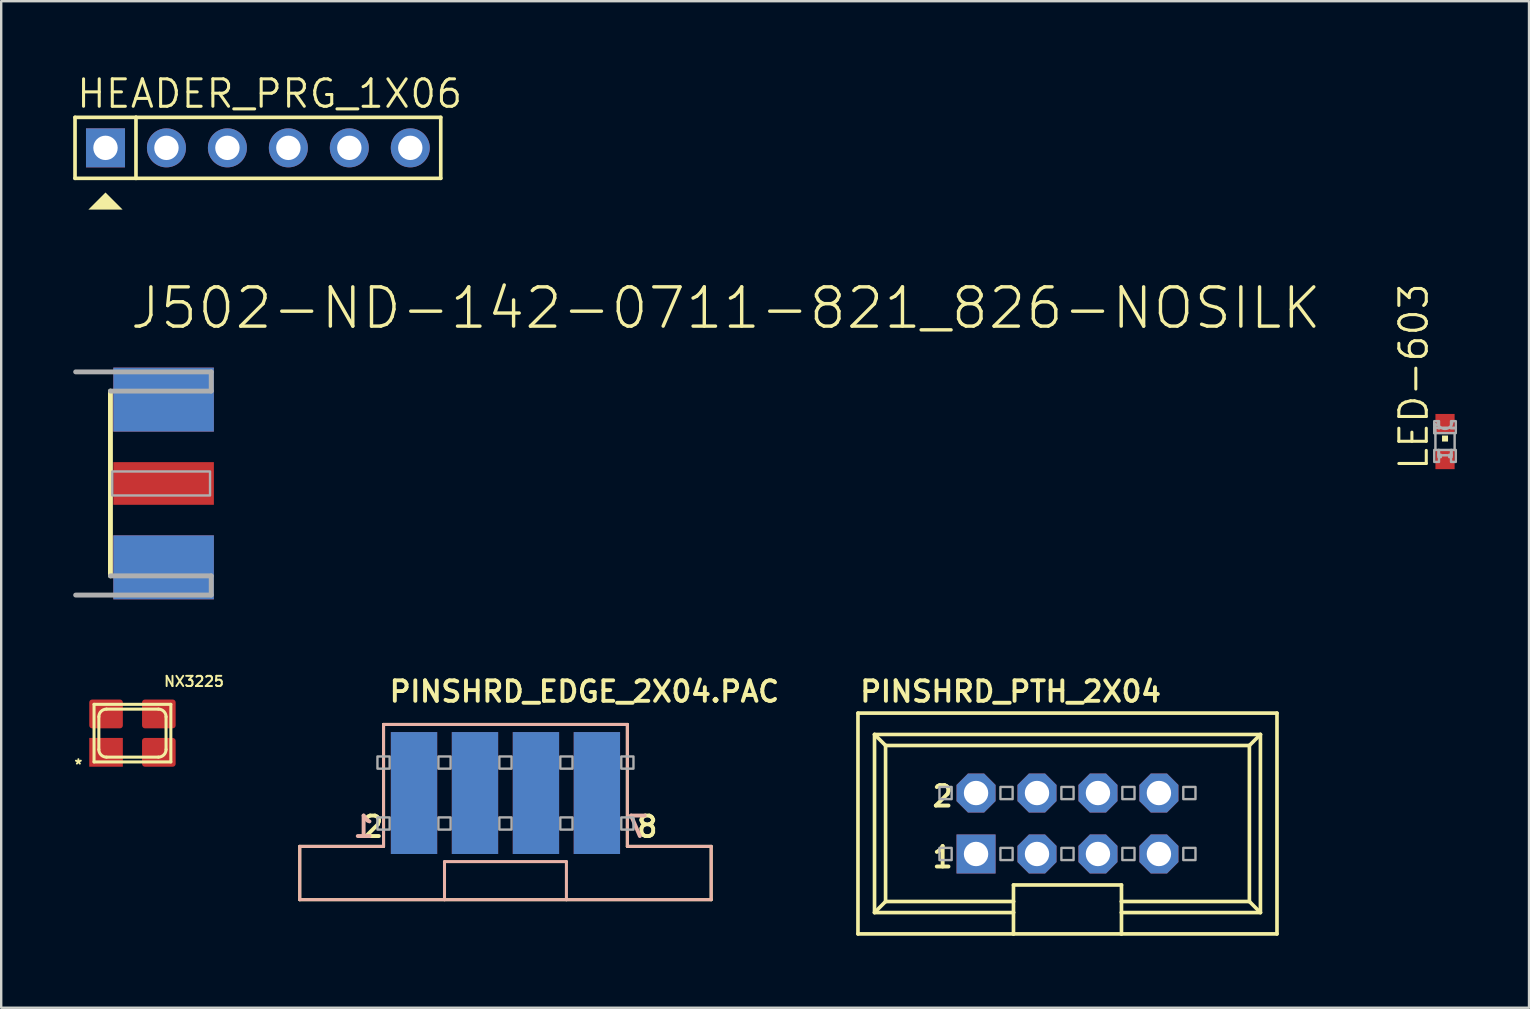
<source format=kicad_pcb>
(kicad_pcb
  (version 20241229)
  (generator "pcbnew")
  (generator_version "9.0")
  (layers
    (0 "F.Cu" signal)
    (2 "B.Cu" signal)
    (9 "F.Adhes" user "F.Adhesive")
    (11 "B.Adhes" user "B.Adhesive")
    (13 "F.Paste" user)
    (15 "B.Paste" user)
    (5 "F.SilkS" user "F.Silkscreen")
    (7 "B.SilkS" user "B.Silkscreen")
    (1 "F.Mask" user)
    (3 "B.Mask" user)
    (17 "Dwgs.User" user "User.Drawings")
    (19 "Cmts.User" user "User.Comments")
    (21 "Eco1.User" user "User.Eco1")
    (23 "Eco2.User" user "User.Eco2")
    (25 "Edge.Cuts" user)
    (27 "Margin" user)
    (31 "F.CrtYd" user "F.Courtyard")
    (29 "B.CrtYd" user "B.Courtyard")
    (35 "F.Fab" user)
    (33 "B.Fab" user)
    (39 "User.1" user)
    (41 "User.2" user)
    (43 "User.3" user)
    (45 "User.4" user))
  (footprint "PINSHRD_PTH_2X04"
    (layer "F.Cu")
    (at 41.431 31.265)
    (property "Reference" "PINSHRD_PTH_2X04" (at -8.73 -5 0) (layer "F.SilkS") (effects (font (size 0.853 0.853) (thickness 0.163)) (justify left bottom)))
    (fp_line (start -8.73 -4.6) (end 8.73 -4.6) (stroke (width 0.152) (type solid)) (layer "F.SilkS"))
    (fp_line (start -8.73 4.6) (end -8.73 -4.6) (stroke (width 0.152) (type solid)) (layer "F.SilkS"))
    (fp_line (start -8.04 -3.71) (end -7.58 -3.25) (stroke (width 0.152) (type solid)) (layer "F.SilkS"))
    (fp_line (start -8.04 -3.71) (end 8.04 -3.71) (stroke (width 0.152) (type solid)) (layer "F.SilkS"))
    (fp_line (start -8.04 3.71) (end -8.04 -3.71) (stroke (width 0.152) (type solid)) (layer "F.SilkS"))
    (fp_line (start -8.04 3.71) (end -2.25 3.71) (stroke (width 0.152) (type solid)) (layer "F.SilkS"))
    (fp_line (start -7.58 -3.25) (end -7.58 3.25) (stroke (width 0.152) (type solid)) (layer "F.SilkS"))
    (fp_line (start -7.58 -3.25) (end 7.58 -3.25) (stroke (width 0.152) (type solid)) (layer "F.SilkS"))
    (fp_line (start -7.58 3.25) (end -8.04 3.71) (stroke (width 0.152) (type solid)) (layer "F.SilkS"))
    (fp_line (start -7.58 3.25) (end -2.25 3.25) (stroke (width 0.152) (type solid)) (layer "F.SilkS"))
    (fp_line (start -2.25 2.56) (end 2.25 2.56) (stroke (width 0.152) (type solid)) (layer "F.SilkS"))
    (fp_line (start -2.25 3.25) (end -2.25 2.56) (stroke (width 0.152) (type solid)) (layer "F.SilkS"))
    (fp_line (start -2.25 3.71) (end -2.25 3.25) (stroke (width 0.152) (type solid)) (layer "F.SilkS"))
    (fp_line (start -2.25 4.6) (end -8.73 4.6) (stroke (width 0.152) (type solid)) (layer "F.SilkS"))
    (fp_line (start -2.25 4.6) (end -2.25 3.71) (stroke (width 0.152) (type solid)) (layer "F.SilkS"))
    (fp_line (start 2.25 2.56) (end 2.25 3.25) (stroke (width 0.152) (type solid)) (layer "F.SilkS"))
    (fp_line (start 2.25 3.25) (end 2.25 3.71) (stroke (width 0.152) (type solid)) (layer "F.SilkS"))
    (fp_line (start 2.25 3.71) (end 2.25 4.6) (stroke (width 0.152) (type solid)) (layer "F.SilkS"))
    (fp_line (start 2.25 4.6) (end -2.25 4.6) (stroke (width 0.152) (type solid)) (layer "F.SilkS"))
    (fp_line (start 7.58 -3.25) (end 7.58 3.25) (stroke (width 0.152) (type solid)) (layer "F.SilkS"))
    (fp_line (start 7.58 3.25) (end 2.25 3.25) (stroke (width 0.152) (type solid)) (layer "F.SilkS"))
    (fp_line (start 7.58 3.25) (end 8.04 3.71) (stroke (width 0.152) (type solid)) (layer "F.SilkS"))
    (fp_line (start 8.04 -3.71) (end 7.58 -3.25) (stroke (width 0.152) (type solid)) (layer "F.SilkS"))
    (fp_line (start 8.04 -3.71) (end 8.04 3.71) (stroke (width 0.152) (type solid)) (layer "F.SilkS"))
    (fp_line (start 8.04 3.71) (end 2.25 3.71) (stroke (width 0.152) (type solid)) (layer "F.SilkS"))
    (fp_line (start 8.73 -4.6) (end 8.73 4.6) (stroke (width 0.152) (type solid)) (layer "F.SilkS"))
    (fp_line (start 8.73 4.6) (end 2.25 4.6) (stroke (width 0.152) (type solid)) (layer "F.SilkS"))
    (fp_poly (pts (xy -5.334 -1.016) (xy -4.826 -1.016) (xy -4.826 -1.524) (xy -5.334 -1.524)) (stroke (width 0.1) (type default)) (fill no) (layer "F.Fab"))
    (fp_poly (pts (xy -5.334 1.524) (xy -4.826 1.524) (xy -4.826 1.016) (xy -5.334 1.016)) (stroke (width 0.1) (type default)) (fill no) (layer "F.Fab"))
    (fp_poly (pts (xy -2.794 -1.016) (xy -2.286 -1.016) (xy -2.286 -1.524) (xy -2.794 -1.524)) (stroke (width 0.1) (type default)) (fill no) (layer "F.Fab"))
    (fp_poly (pts (xy -2.794 1.524) (xy -2.286 1.524) (xy -2.286 1.016) (xy -2.794 1.016)) (stroke (width 0.1) (type default)) (fill no) (layer "F.Fab"))
    (fp_poly (pts (xy -0.254 -1.016) (xy 0.254 -1.016) (xy 0.254 -1.524) (xy -0.254 -1.524)) (stroke (width 0.1) (type default)) (fill no) (layer "F.Fab"))
    (fp_poly (pts (xy -0.254 1.524) (xy 0.254 1.524) (xy 0.254 1.016) (xy -0.254 1.016)) (stroke (width 0.1) (type default)) (fill no) (layer "F.Fab"))
    (fp_poly (pts (xy 2.286 -1.016) (xy 2.794 -1.016) (xy 2.794 -1.524) (xy 2.286 -1.524)) (stroke (width 0.1) (type default)) (fill no) (layer "F.Fab"))
    (fp_poly (pts (xy 2.286 1.524) (xy 2.794 1.524) (xy 2.794 1.016) (xy 2.286 1.016)) (stroke (width 0.1) (type default)) (fill no) (layer "F.Fab"))
    (fp_poly (pts (xy 4.826 -1.016) (xy 5.334 -1.016) (xy 5.334 -1.524) (xy 4.826 -1.524)) (stroke (width 0.1) (type default)) (fill no) (layer "F.Fab"))
    (fp_poly (pts (xy 4.826 1.524) (xy 5.334 1.524) (xy 5.334 1.016) (xy 4.826 1.016)) (stroke (width 0.1) (type default)) (fill no) (layer "F.Fab"))
    (fp_text user "1" (at -5.715 1.905 0) (layer "F.SilkS") (effects (font (size 0.853 0.853) (thickness 0.163)) (justify left bottom)))
    (fp_text user "2" (at -5.715 -0.635 0) (layer "F.SilkS") (effects (font (size 0.853 0.853) (thickness 0.163)) (justify left bottom)))
    (pad "1" thru_hole rect (at -3.81 1.27) (size 1.626 1.626) (drill 1.016) (layers "*.Cu" "*.Mask"))
    (pad "2" thru_hole roundrect (at -3.81 -1.27) (size 1.626 1.626) (drill 1.016) (layers "*.Cu" "*.Mask") (roundrect_rratio 0.25) (chamfer_ratio 0.293) (chamfer top_left top_right bottom_left bottom_right))
    (pad "3" thru_hole roundrect (at -1.27 1.27) (size 1.626 1.626) (drill 1.016) (layers "*.Cu" "*.Mask") (roundrect_rratio 0.25) (chamfer_ratio 0.293) (chamfer top_left top_right bottom_left bottom_right))
    (pad "4" thru_hole roundrect (at -1.27 -1.27) (size 1.626 1.626) (drill 1.016) (layers "*.Cu" "*.Mask") (roundrect_rratio 0.25) (chamfer_ratio 0.293) (chamfer top_left top_right bottom_left bottom_right))
    (pad "5" thru_hole roundrect (at 1.27 1.27) (size 1.626 1.626) (drill 1.016) (layers "*.Cu" "*.Mask") (roundrect_rratio 0.25) (chamfer_ratio 0.293) (chamfer top_left top_right bottom_left bottom_right))
    (pad "6" thru_hole roundrect (at 1.27 -1.27) (size 1.626 1.626) (drill 1.016) (layers "*.Cu" "*.Mask") (roundrect_rratio 0.25) (chamfer_ratio 0.293) (chamfer top_left top_right bottom_left bottom_right))
    (pad "7" thru_hole roundrect (at 3.81 1.27) (size 1.626 1.626) (drill 1.016) (layers "*.Cu" "*.Mask") (roundrect_rratio 0.25) (chamfer_ratio 0.293) (chamfer top_left top_right bottom_left bottom_right))
    (pad "8" thru_hole roundrect (at 3.81 -1.27) (size 1.626 1.626) (drill 1.016) (layers "*.Cu" "*.Mask") (roundrect_rratio 0.25) (chamfer_ratio 0.293) (chamfer top_left top_right bottom_left bottom_right)))
  (footprint "PINSHRD_EDGE_2X04.PAC"
    (layer "F.Cu")
    (at 18.012 29.995)
    (property "Reference" "PINSHRD_EDGE_2X04.PAC" (at -4.92 -3.73 0) (layer "F.SilkS") (effects (font (size 0.853 0.853) (thickness 0.163)) (justify left bottom)))
    (fp_line (start -8.572 2.223) (end -5.08 2.223) (stroke (width 0.127) (type solid)) (layer "F.SilkS"))
    (fp_line (start -8.572 4.445) (end -8.572 2.223) (stroke (width 0.127) (type solid)) (layer "F.SilkS"))
    (fp_line (start -5.08 -2.857) (end 5.08 -2.857) (stroke (width 0.127) (type solid)) (layer "F.SilkS"))
    (fp_line (start -5.08 2.223) (end -5.08 -2.857) (stroke (width 0.127) (type solid)) (layer "F.SilkS"))
    (fp_line (start 5.08 -2.857) (end 5.08 2.223) (stroke (width 0.127) (type solid)) (layer "F.SilkS"))
    (fp_line (start 5.08 2.223) (end 8.572 2.223) (stroke (width 0.127) (type solid)) (layer "F.SilkS"))
    (fp_line (start 8.572 2.223) (end 8.572 4.445) (stroke (width 0.127) (type solid)) (layer "F.SilkS"))
    (fp_line (start 8.572 4.445) (end -8.572 4.445) (stroke (width 0.127) (type solid)) (layer "F.SilkS"))
    (fp_line (start -8.572 2.223) (end -5.08 2.223) (stroke (width 0.127) (type solid)) (layer "B.SilkS"))
    (fp_line (start -8.572 4.445) (end -8.572 2.223) (stroke (width 0.127) (type solid)) (layer "B.SilkS"))
    (fp_line (start -5.08 -2.857) (end 5.08 -2.857) (stroke (width 0.127) (type solid)) (layer "B.SilkS"))
    (fp_line (start -5.08 2.223) (end -5.08 -2.857) (stroke (width 0.127) (type solid)) (layer "B.SilkS"))
    (fp_line (start -2.54 2.857) (end 2.54 2.857) (stroke (width 0.127) (type solid)) (layer "B.SilkS"))
    (fp_line (start -2.54 4.445) (end -8.572 4.445) (stroke (width 0.127) (type solid)) (layer "B.SilkS"))
    (fp_line (start -2.54 4.445) (end -2.54 2.857) (stroke (width 0.127) (type solid)) (layer "B.SilkS"))
    (fp_line (start 2.54 2.857) (end 2.54 4.445) (stroke (width 0.127) (type solid)) (layer "B.SilkS"))
    (fp_line (start 2.54 4.445) (end -2.54 4.445) (stroke (width 0.127) (type solid)) (layer "B.SilkS"))
    (fp_line (start 5.08 -2.857) (end 5.08 2.223) (stroke (width 0.127) (type solid)) (layer "B.SilkS"))
    (fp_line (start 5.08 2.223) (end 8.572 2.223) (stroke (width 0.127) (type solid)) (layer "B.SilkS"))
    (fp_line (start 8.572 2.223) (end 8.572 4.445) (stroke (width 0.127) (type solid)) (layer "B.SilkS"))
    (fp_line (start 8.572 4.445) (end 2.54 4.445) (stroke (width 0.127) (type solid)) (layer "B.SilkS"))
    (fp_poly (pts (xy -5.334 -1.016) (xy -4.826 -1.016) (xy -4.826 -1.524) (xy -5.334 -1.524)) (stroke (width 0.1) (type default)) (fill no) (layer "F.Fab"))
    (fp_poly (pts (xy -5.334 1.524) (xy -4.826 1.524) (xy -4.826 1.016) (xy -5.334 1.016)) (stroke (width 0.1) (type default)) (fill no) (layer "F.Fab"))
    (fp_poly (pts (xy -2.794 -1.016) (xy -2.286 -1.016) (xy -2.286 -1.524) (xy -2.794 -1.524)) (stroke (width 0.1) (type default)) (fill no) (layer "F.Fab"))
    (fp_poly (pts (xy -2.794 1.524) (xy -2.286 1.524) (xy -2.286 1.016) (xy -2.794 1.016)) (stroke (width 0.1) (type default)) (fill no) (layer "F.Fab"))
    (fp_poly (pts (xy -0.254 -1.016) (xy 0.254 -1.016) (xy 0.254 -1.524) (xy -0.254 -1.524)) (stroke (width 0.1) (type default)) (fill no) (layer "F.Fab"))
    (fp_poly (pts (xy -0.254 1.524) (xy 0.254 1.524) (xy 0.254 1.016) (xy -0.254 1.016)) (stroke (width 0.1) (type default)) (fill no) (layer "F.Fab"))
    (fp_poly (pts (xy 2.286 -1.016) (xy 2.794 -1.016) (xy 2.794 -1.524) (xy 2.286 -1.524)) (stroke (width 0.1) (type default)) (fill no) (layer "F.Fab"))
    (fp_poly (pts (xy 2.286 1.524) (xy 2.794 1.524) (xy 2.794 1.016) (xy 2.286 1.016)) (stroke (width 0.1) (type default)) (fill no) (layer "F.Fab"))
    (fp_poly (pts (xy 4.826 -1.016) (xy 5.334 -1.016) (xy 5.334 -1.524) (xy 4.826 -1.524)) (stroke (width 0.1) (type default)) (fill no) (layer "F.Fab"))
    (fp_poly (pts (xy 4.826 1.524) (xy 5.334 1.524) (xy 5.334 1.016) (xy 4.826 1.016)) (stroke (width 0.1) (type default)) (fill no) (layer "F.Fab"))
    (fp_text user "8" (at 5.397 1.905 0) (layer "F.SilkS") (effects (font (size 0.853 0.853) (thickness 0.163)) (justify left bottom)))
    (fp_text user "2" (at -6.032 1.905 0) (layer "F.SilkS") (effects (font (size 0.853 0.853) (thickness 0.163)) (justify left bottom)))
    (fp_text user "1" (at -5.397 1.905 0) (layer "B.SilkS") (effects (font (size 0.853 0.853) (thickness 0.163)) (justify left bottom mirror)))
    (fp_text user "7" (at 6.032 1.905 0) (layer "B.SilkS") (effects (font (size 0.853 0.853) (thickness 0.163)) (justify left bottom mirror)))
    (pad "1" smd rect (at -3.81 0 90) (size 5.08 1.93) (layers "B.Cu" "B.Mask"))
    (pad "2" smd rect (at -3.81 0 90) (size 5.08 1.93) (layers "F.Cu" "F.Mask"))
    (pad "3" smd rect (at -1.27 0 90) (size 5.08 1.93) (layers "B.Cu" "B.Mask"))
    (pad "4" smd rect (at -1.27 0 90) (size 5.08 1.93) (layers "F.Cu" "F.Mask"))
    (pad "5" smd rect (at 1.27 0 90) (size 5.08 1.93) (layers "B.Cu" "B.Mask"))
    (pad "6" smd rect (at 1.27 0 90) (size 5.08 1.93) (layers "F.Cu" "F.Mask"))
    (pad "7" smd rect (at 3.81 0 90) (size 5.08 1.93) (layers "B.Cu" "B.Mask"))
    (pad "8" smd rect (at 3.81 0 90) (size 5.08 1.93) (layers "F.Cu" "F.Mask")))
  (footprint "NX3225"
    (layer "F.Cu")
    (at 2.469 27.499)
    (property "Reference" "NX3225" (at 1.27 -1.905 0) (layer "F.SilkS") (effects (font (size 0.427 0.427) (thickness 0.081)) (justify left bottom)))
    (fp_line (start -1.6 -1.2) (end -1.6 1.2) (stroke (width 0.127) (type solid)) (layer "F.SilkS"))
    (fp_line (start -1.6 1.2) (end 1.6 1.2) (stroke (width 0.127) (type solid)) (layer "F.SilkS"))
    (fp_line (start -1.4 0.682) (end -1.4 -0.682) (stroke (width 0.127) (type solid)) (layer "F.SilkS"))
    (fp_line (start -1.083 -1) (end 1.083 -1) (stroke (width 0.127) (type solid)) (layer "F.SilkS"))
    (fp_line (start 1.083 1) (end -1.083 1) (stroke (width 0.127) (type solid)) (layer "F.SilkS"))
    (fp_line (start 1.4 -0.682) (end 1.4 0.682) (stroke (width 0.127) (type solid)) (layer "F.SilkS"))
    (fp_line (start 1.6 -1.2) (end -1.6 -1.2) (stroke (width 0.127) (type solid)) (layer "F.SilkS"))
    (fp_line (start 1.6 1.2) (end 1.6 -1.2) (stroke (width 0.127) (type solid)) (layer "F.SilkS"))
    (fp_arc (start -1.4 -0.6825) (mid -1.307006 -0.907006) (end -1.0825 -1) (stroke (width 0.127) (type solid)) (layer "F.SilkS"))
    (fp_arc (start -1.0825 1) (mid -1.307006 0.907006) (end -1.4 0.6825) (stroke (width 0.127) (type solid)) (layer "F.SilkS"))
    (fp_arc (start 1.0825 -1) (mid 1.307006 -0.907006) (end 1.4 -0.6825) (stroke (width 0.127) (type solid)) (layer "F.SilkS"))
    (fp_arc (start 1.4 0.6825) (mid 1.307006 0.907006) (end 1.0825 1) (stroke (width 0.127) (type solid)) (layer "F.SilkS"))
    (fp_text user "*" (at -2.469 1.57 0) (layer "F.SilkS") (effects (font (size 0.427 0.427) (thickness 0.081)) (justify left bottom)))
    (pad "1" smd rect (at -1.1 0.8 90) (size 1.2 1.4) (layers "F.Cu" "F.Mask" "F.Paste"))
    (pad "2" smd roundrect (at 1.1 0.8 90) (size 1.2 1.4) (layers "F.Cu" "F.Mask" "F.Paste") (roundrect_rratio 0.1))
    (pad "3" smd roundrect (at 1.1 -0.8 90) (size 1.2 1.4) (layers "F.Cu" "F.Mask" "F.Paste") (roundrect_rratio 0.1))
    (pad "4" smd roundrect (at -1.1 -0.8 90) (size 1.2 1.4) (layers "F.Cu" "F.Mask" "F.Paste") (roundrect_rratio 0.1)))
  (footprint "LED-603"
    (layer "F.Cu")
    (at 57.163 15.349)
    (property "Reference" "LED-603" (at -0.635 1.27 90) (layer "F.SilkS") (effects (font (size 1.143 1.143) (thickness 0.127)) (justify left bottom)))
    (fp_poly (pts (xy -0.125 0) (xy 0.125 0) (xy 0.125 -0.25) (xy -0.125 -0.25)) (stroke (width 0) (type default)) (fill yes) (layer "F.SilkS"))
    (fp_line (start -0.4 -0.375) (end -0.4 0.35) (stroke (width 0.102) (type solid)) (layer "F.Fab"))
    (fp_line (start 0.4 -0.35) (end 0.4 0.35) (stroke (width 0.102) (type solid)) (layer "F.Fab"))
    (fp_arc (start -0.275 0.825) (mid 0 0.55) (end 0.275 0.825) (stroke (width 0.0508) (type solid)) (layer "F.Fab"))
    (fp_arc (start 0.3 -0.799998) (mid -0.000001 -0.524966) (end -0.3 -0.8) (stroke (width 0.1016) (type solid)) (layer "F.Fab"))
    (fp_circle (center -0.35 -0.625) (end -0.275 -0.625) (stroke (width 0.051) (type solid)) (fill no) (layer "F.Fab"))
    (fp_poly (pts (xy -0.45 -0.7) (xy -0.25 -0.7) (xy -0.25 -0.85) (xy -0.45 -0.85)) (stroke (width 0.1) (type default)) (fill no) (layer "F.Fab"))
    (fp_poly (pts (xy -0.45 -0.35) (xy -0.4 -0.35) (xy -0.4 -0.725) (xy -0.45 -0.725)) (stroke (width 0.1) (type default)) (fill no) (layer "F.Fab"))
    (fp_poly (pts (xy -0.45 -0.35) (xy 0.45 -0.35) (xy 0.45 -0.575) (xy -0.45 -0.575)) (stroke (width 0.1) (type default)) (fill no) (layer "F.Fab"))
    (fp_poly (pts (xy -0.45 0.85) (xy -0.25 0.85) (xy -0.25 0.35) (xy -0.45 0.35)) (stroke (width 0.1) (type default)) (fill no) (layer "F.Fab"))
    (fp_poly (pts (xy -0.275 -0.55) (xy -0.225 -0.55) (xy -0.225 -0.6) (xy -0.275 -0.6)) (stroke (width 0.1) (type default)) (fill no) (layer "F.Fab"))
    (fp_poly (pts (xy -0.275 0.575) (xy 0.275 0.575) (xy 0.275 0.35) (xy -0.275 0.35)) (stroke (width 0.1) (type default)) (fill no) (layer "F.Fab"))
    (fp_poly (pts (xy -0.275 0.65) (xy -0.175 0.65) (xy -0.175 0.55) (xy -0.275 0.55)) (stroke (width 0.1) (type default)) (fill no) (layer "F.Fab"))
    (fp_poly (pts (xy 0.175 0.65) (xy 0.275 0.65) (xy 0.275 0.55) (xy 0.175 0.55)) (stroke (width 0.1) (type default)) (fill no) (layer "F.Fab"))
    (fp_poly (pts (xy 0.25 -0.55) (xy 0.45 -0.55) (xy 0.45 -0.85) (xy 0.25 -0.85)) (stroke (width 0.1) (type default)) (fill no) (layer "F.Fab"))
    (fp_poly (pts (xy 0.25 0.85) (xy 0.45 0.85) (xy 0.45 0.35) (xy 0.25 0.35)) (stroke (width 0.1) (type default)) (fill no) (layer "F.Fab"))
    (pad "A" smd rect (at 0 0.75) (size 0.8 0.8) (layers "F.Cu" "F.Mask" "F.Paste"))
    (pad "C" smd rect (at 0 -0.75) (size 0.8 0.8) (layers "F.Cu" "F.Mask" "F.Paste")))
  (footprint "HEADER_PRG_1X06"
    (layer "F.Cu")
    (at 7.696 3.111)
    (property "Reference" "HEADER_PRG_1X06" (at -7.62 -1.587 0) (layer "F.SilkS") (effects (font (size 1.143 1.143) (thickness 0.127)) (justify left bottom)))
    (fp_line (start -7.62 -1.27) (end -5.08 -1.27) (stroke (width 0.152) (type solid)) (layer "F.SilkS"))
    (fp_line (start -7.62 1.27) (end -7.62 -1.27) (stroke (width 0.152) (type solid)) (layer "F.SilkS"))
    (fp_line (start -5.08 -1.27) (end 7.62 -1.27) (stroke (width 0.152) (type solid)) (layer "F.SilkS"))
    (fp_line (start -5.08 1.27) (end -7.62 1.27) (stroke (width 0.152) (type solid)) (layer "F.SilkS"))
    (fp_line (start -5.08 1.27) (end -5.08 -1.27) (stroke (width 0.152) (type solid)) (layer "F.SilkS"))
    (fp_line (start 7.62 -1.27) (end 7.62 1.27) (stroke (width 0.152) (type solid)) (layer "F.SilkS"))
    (fp_line (start 7.62 1.27) (end -5.08 1.27) (stroke (width 0.152) (type solid)) (layer "F.SilkS"))
    (fp_poly (pts (xy -5.638 2.572) (xy -7.062 2.572) (xy -6.35 1.86)) (stroke (width 0) (type default)) (fill yes) (layer "F.SilkS"))
    (fp_poly (pts (xy -6.604 0.254) (xy -6.096 0.254) (xy -6.096 -0.254) (xy -6.604 -0.254)) (stroke (width 0.1) (type default)) (fill no) (layer "Cmts.User"))
    (fp_poly (pts (xy -4.064 0.254) (xy -3.556 0.254) (xy -3.556 -0.254) (xy -4.064 -0.254)) (stroke (width 0.1) (type default)) (fill no) (layer "Cmts.User"))
    (fp_poly (pts (xy -1.524 0.254) (xy -1.016 0.254) (xy -1.016 -0.254) (xy -1.524 -0.254)) (stroke (width 0.1) (type default)) (fill no) (layer "Cmts.User"))
    (fp_poly (pts (xy 1.016 0.254) (xy 1.524 0.254) (xy 1.524 -0.254) (xy 1.016 -0.254)) (stroke (width 0.1) (type default)) (fill no) (layer "Cmts.User"))
    (fp_poly (pts (xy 3.556 0.254) (xy 4.064 0.254) (xy 4.064 -0.254) (xy 3.556 -0.254)) (stroke (width 0.1) (type default)) (fill no) (layer "Cmts.User"))
    (fp_poly (pts (xy 6.096 0.254) (xy 6.604 0.254) (xy 6.604 -0.254) (xy 6.096 -0.254)) (stroke (width 0.1) (type default)) (fill no) (layer "Cmts.User"))
    (pad "1" thru_hole rect (at -6.35 0) (size 1.626 1.626) (drill 1.016) (layers "*.Cu" "*.Mask"))
    (pad "2" thru_hole circle (at -3.81 0) (size 1.626 1.626) (drill 1.016) (layers "*.Cu" "*.Mask"))
    (pad "3" thru_hole circle (at -1.27 0) (size 1.626 1.626) (drill 1.016) (layers "*.Cu" "*.Mask"))
    (pad "4" thru_hole circle (at 1.27 0) (size 1.626 1.626) (drill 1.016) (layers "*.Cu" "*.Mask"))
    (pad "5" thru_hole circle (at 3.81 0) (size 1.626 1.626) (drill 1.016) (layers "*.Cu" "*.Mask"))
    (pad "6" thru_hole circle (at 6.35 0) (size 1.626 1.626) (drill 1.016) (layers "*.Cu" "*.Mask")))
  (footprint "J502-ND-142-0711-821_826-NOSILK"
    (layer "F.Cu")
    (at 1.652 17.096)
    (property "Reference" "J502-ND-142-0711-821_826-NOSILK" (at 0.635 -6.35 0) (layer "F.SilkS") (effects (font (size 1.636 1.636) (thickness 0.142)) (justify left bottom)))
    (fp_line (start -0.1 3.85) (end -0.1 -3.85) (stroke (width 0.203) (type solid)) (layer "F.SilkS"))
    (fp_line (start -1.55 -4.65) (end 4.1 -4.65) (stroke (width 0.203) (type solid)) (layer "F.Fab"))
    (fp_line (start -0.1 -3.85) (end 4.1 -3.85) (stroke (width 0.203) (type solid)) (layer "F.Fab"))
    (fp_line (start 4.1 -3.85) (end 4.1 -4.65) (stroke (width 0.203) (type solid)) (layer "F.Fab"))
    (fp_line (start 4.1 3.85) (end -0.1 3.85) (stroke (width 0.203) (type solid)) (layer "F.Fab"))
    (fp_line (start 4.1 4.65) (end -1.55 4.65) (stroke (width 0.203) (type solid)) (layer "F.Fab"))
    (fp_line (start 4.1 4.65) (end 4.1 3.85) (stroke (width 0.203) (type solid)) (layer "F.Fab"))
    (fp_poly (pts (xy -0.025 0.5) (xy 4.05 0.5) (xy 4.05 -0.5) (xy -0.025 -0.5)) (stroke (width 0.1) (type default)) (fill no) (layer "F.Fab"))
    (pad "1" smd rect (at 2.115 0) (size 4.191 1.778) (layers "F.Cu" "F.Mask"))
    (pad "G@1" smd rect (at 2.115 -3.495) (size 4.191 2.667) (layers "F.Cu" "F.Mask"))
    (pad "G@2" smd rect (at 2.115 3.495) (size 4.191 2.667) (layers "F.Cu" "F.Mask"))
    (pad "G@3" smd rect (at 2.115 -3.495) (size 4.191 2.667) (layers "B.Cu" "B.Mask"))
    (pad "G@4" smd rect (at 2.115 3.495) (size 4.191 2.667) (layers "B.Cu" "B.Mask")))
  (gr_rect
    (start -3 -3)
    (end 60.663 38.941)
    (stroke (width 0.1) (type default))
    (fill no)
    (layer "Edge.Cuts")))
</source>
